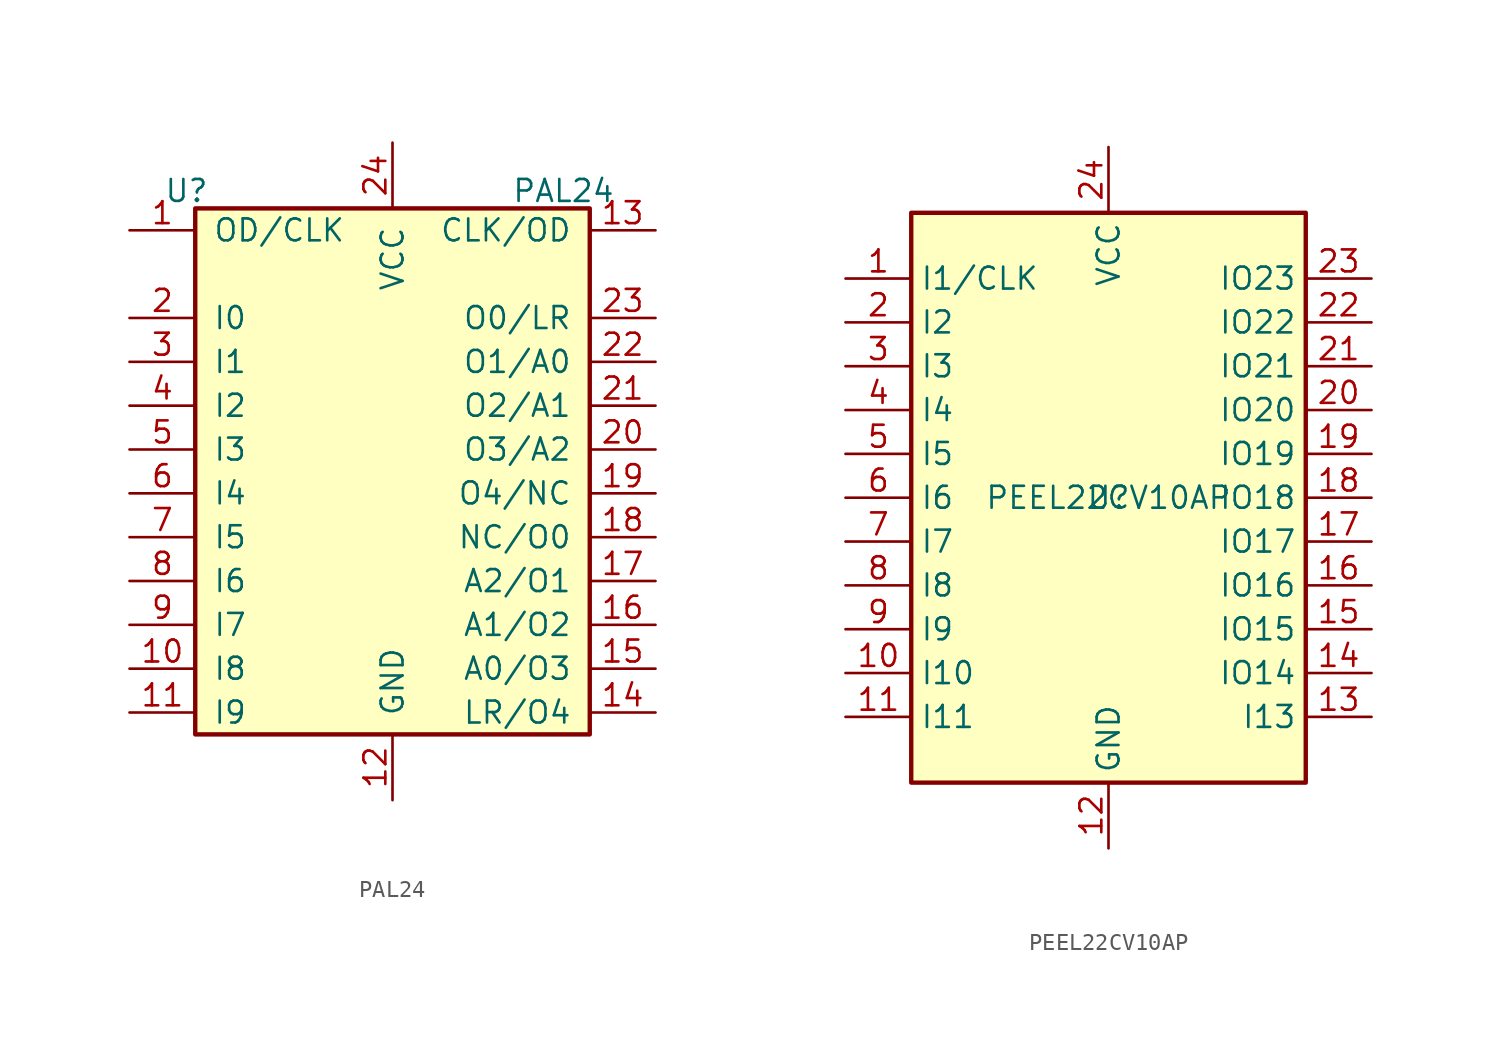
<source format=kicad_sym>
(kicad_symbol_lib
  (version 20241209)
  (generator "kicad_symbol_editor")
  (generator_version "9.0")
  (symbol "PAL24"
    (pin_names
      (offset 1.016))
    (property "Reference" "U"
      (at -11.938 17.526 0)
      (effects (font (size 1.27 1.27))))
    (property "Value" "PAL24"
      (at 9.906 17.526 0)
      (effects (font (size 1.27 1.27))))
    (symbol "PAL24_0_1"
      (rectangle (start -11.43 -13.97) (end 11.43 16.51) (stroke (width 0.254) (type default)) (fill (type background))))
    (symbol "PAL24_1_1"
      (pin passive line (at -15.24 15.24 0) (length 3.81) (name "OD/CLK" (effects (font (size 1.27 1.27)))) (number "1" (effects (font (size 1.27 1.27)))))
      (pin passive line (at -15.24 10.16 0) (length 3.81) (name "I0" (effects (font (size 1.27 1.27)))) (number "2" (effects (font (size 1.27 1.27)))))
      (pin passive line (at -15.24 7.62 0) (length 3.81) (name "I1" (effects (font (size 1.27 1.27)))) (number "3" (effects (font (size 1.27 1.27)))))
      (pin passive line (at -15.24 5.08 0) (length 3.81) (name "I2" (effects (font (size 1.27 1.27)))) (number "4" (effects (font (size 1.27 1.27)))))
      (pin passive line (at -15.24 2.54 0) (length 3.81) (name "I3" (effects (font (size 1.27 1.27)))) (number "5" (effects (font (size 1.27 1.27)))))
      (pin passive line (at -15.24 0 0) (length 3.81) (name "I4" (effects (font (size 1.27 1.27)))) (number "6" (effects (font (size 1.27 1.27)))))
      (pin passive line (at -15.24 -2.54 0) (length 3.81) (name "I5" (effects (font (size 1.27 1.27)))) (number "7" (effects (font (size 1.27 1.27)))))
      (pin passive line (at -15.24 -5.08 0) (length 3.81) (name "I6" (effects (font (size 1.27 1.27)))) (number "8" (effects (font (size 1.27 1.27)))))
      (pin passive line (at -15.24 -7.62 0) (length 3.81) (name "I7" (effects (font (size 1.27 1.27)))) (number "9" (effects (font (size 1.27 1.27)))))
      (pin passive line (at -15.24 -10.16 0) (length 3.81) (name "I8" (effects (font (size 1.27 1.27)))) (number "10" (effects (font (size 1.27 1.27)))))
      (pin passive line (at -15.24 -12.7 0) (length 3.81) (name "I9" (effects (font (size 1.27 1.27)))) (number "11" (effects (font (size 1.27 1.27)))))
      (pin passive line (at 0 20.32 270) (length 3.81) (name "VCC" (effects (font (size 1.27 1.27)))) (number "24" (effects (font (size 1.27 1.27)))))
      (pin passive line (at 0 -17.78 90) (length 3.81) (name "GND" (effects (font (size 1.27 1.27)))) (number "12" (effects (font (size 1.27 1.27)))))
      (pin passive line (at 15.24 15.24 180) (length 3.81) (name "CLK/OD" (effects (font (size 1.27 1.27)))) (number "13" (effects (font (size 1.27 1.27)))))
      (pin passive line (at 15.24 10.16 180) (length 3.81) (name "O0/LR" (effects (font (size 1.27 1.27)))) (number "23" (effects (font (size 1.27 1.27)))))
      (pin passive line (at 15.24 7.62 180) (length 3.81) (name "O1/A0" (effects (font (size 1.27 1.27)))) (number "22" (effects (font (size 1.27 1.27)))))
      (pin passive line (at 15.24 5.08 180) (length 3.81) (name "O2/A1" (effects (font (size 1.27 1.27)))) (number "21" (effects (font (size 1.27 1.27)))))
      (pin passive line (at 15.24 2.54 180) (length 3.81) (name "O3/A2" (effects (font (size 1.27 1.27)))) (number "20" (effects (font (size 1.27 1.27)))))
      (pin passive line (at 15.24 0 180) (length 3.81) (name "O4/NC" (effects (font (size 1.27 1.27)))) (number "19" (effects (font (size 1.27 1.27)))))
      (pin passive line (at 15.24 -2.54 180) (length 3.81) (name "NC/O0" (effects (font (size 1.27 1.27)))) (number "18" (effects (font (size 1.27 1.27)))))
      (pin passive line (at 15.24 -5.08 180) (length 3.81) (name "A2/O1" (effects (font (size 1.27 1.27)))) (number "17" (effects (font (size 1.27 1.27)))))
      (pin passive line (at 15.24 -7.62 180) (length 3.81) (name "A1/O2" (effects (font (size 1.27 1.27)))) (number "16" (effects (font (size 1.27 1.27)))))
      (pin passive line (at 15.24 -10.16 180) (length 3.81) (name "A0/O3" (effects (font (size 1.27 1.27)))) (number "15" (effects (font (size 1.27 1.27)))))
      (pin passive line (at 15.24 -12.7 180) (length 3.81) (name "LR/O4" (effects (font (size 1.27 1.27)))) (number "14" (effects (font (size 1.27 1.27)))))))
  (symbol "PEEL22CV10AP"
    (property "Reference" "U"
      (at 0 0 0)
      (effects (font (size 1.27 1.27))))
    (property "Value" "PEEL22CV10AP"
      (at 0 0 0)
      (effects (font (size 1.27 1.27))))
    (symbol "PEEL22CV10AP_1_0"
      (pin power_in line (at 0 20.32 270) (length 3.81) (name "VCC" (effects (font (size 1.27 1.27)))) (number "24" (effects (font (size 1.27 1.27)))))
      (pin power_in line (at 0 -20.32 90) (length 3.81) (name "GND" (effects (font (size 1.27 1.27)))) (number "12" (effects (font (size 1.27 1.27))))))
    (symbol "PEEL22CV10AP_1_1"
      (rectangle (start -11.43 16.51) (end 11.43 -16.51) (stroke (width 0.254) (type default)) (fill (type background)))
      (pin input line (at -15.24 12.7 0) (length 3.81) (name "I1/CLK" (effects (font (size 1.27 1.27)))) (number "1" (effects (font (size 1.27 1.27)))))
      (pin input line (at -15.24 10.16 0) (length 3.81) (name "I2" (effects (font (size 1.27 1.27)))) (number "2" (effects (font (size 1.27 1.27)))))
      (pin input line (at -15.24 7.62 0) (length 3.81) (name "I3" (effects (font (size 1.27 1.27)))) (number "3" (effects (font (size 1.27 1.27)))))
      (pin input line (at -15.24 5.08 0) (length 3.81) (name "I4" (effects (font (size 1.27 1.27)))) (number "4" (effects (font (size 1.27 1.27)))))
      (pin input line (at -15.24 2.54 0) (length 3.81) (name "I5" (effects (font (size 1.27 1.27)))) (number "5" (effects (font (size 1.27 1.27)))))
      (pin input line (at -15.24 0 0) (length 3.81) (name "I6" (effects (font (size 1.27 1.27)))) (number "6" (effects (font (size 1.27 1.27)))))
      (pin input line (at -15.24 -2.54 0) (length 3.81) (name "I7" (effects (font (size 1.27 1.27)))) (number "7" (effects (font (size 1.27 1.27)))))
      (pin input line (at -15.24 -5.08 0) (length 3.81) (name "I8" (effects (font (size 1.27 1.27)))) (number "8" (effects (font (size 1.27 1.27)))))
      (pin input line (at -15.24 -7.62 0) (length 3.81) (name "I9" (effects (font (size 1.27 1.27)))) (number "9" (effects (font (size 1.27 1.27)))))
      (pin input line (at -15.24 -10.16 0) (length 3.81) (name "I10" (effects (font (size 1.27 1.27)))) (number "10" (effects (font (size 1.27 1.27)))))
      (pin input line (at -15.24 -12.7 0) (length 3.81) (name "I11" (effects (font (size 1.27 1.27)))) (number "11" (effects (font (size 1.27 1.27)))))
      (pin tri_state line (at 15.24 12.7 180) (length 3.81) (name "IO23" (effects (font (size 1.27 1.27)))) (number "23" (effects (font (size 1.27 1.27)))))
      (pin tri_state line (at 15.24 10.16 180) (length 3.81) (name "IO22" (effects (font (size 1.27 1.27)))) (number "22" (effects (font (size 1.27 1.27)))))
      (pin tri_state line (at 15.24 7.62 180) (length 3.81) (name "IO21" (effects (font (size 1.27 1.27)))) (number "21" (effects (font (size 1.27 1.27)))))
      (pin tri_state line (at 15.24 5.08 180) (length 3.81) (name "IO20" (effects (font (size 1.27 1.27)))) (number "20" (effects (font (size 1.27 1.27)))))
      (pin tri_state line (at 15.24 2.54 180) (length 3.81) (name "IO19" (effects (font (size 1.27 1.27)))) (number "19" (effects (font (size 1.27 1.27)))))
      (pin tri_state line (at 15.24 0 180) (length 3.81) (name "IO18" (effects (font (size 1.27 1.27)))) (number "18" (effects (font (size 1.27 1.27)))))
      (pin tri_state line (at 15.24 -2.54 180) (length 3.81) (name "IO17" (effects (font (size 1.27 1.27)))) (number "17" (effects (font (size 1.27 1.27)))))
      (pin tri_state line (at 15.24 -5.08 180) (length 3.81) (name "IO16" (effects (font (size 1.27 1.27)))) (number "16" (effects (font (size 1.27 1.27)))))
      (pin tri_state line (at 15.24 -7.62 180) (length 3.81) (name "IO15" (effects (font (size 1.27 1.27)))) (number "15" (effects (font (size 1.27 1.27)))))
      (pin tri_state line (at 15.24 -10.16 180) (length 3.81) (name "IO14" (effects (font (size 1.27 1.27)))) (number "14" (effects (font (size 1.27 1.27)))))
      (pin input line (at 15.24 -12.7 180) (length 3.81) (name "I13" (effects (font (size 1.27 1.27)))) (number "13" (effects (font (size 1.27 1.27))))))))
</source>
